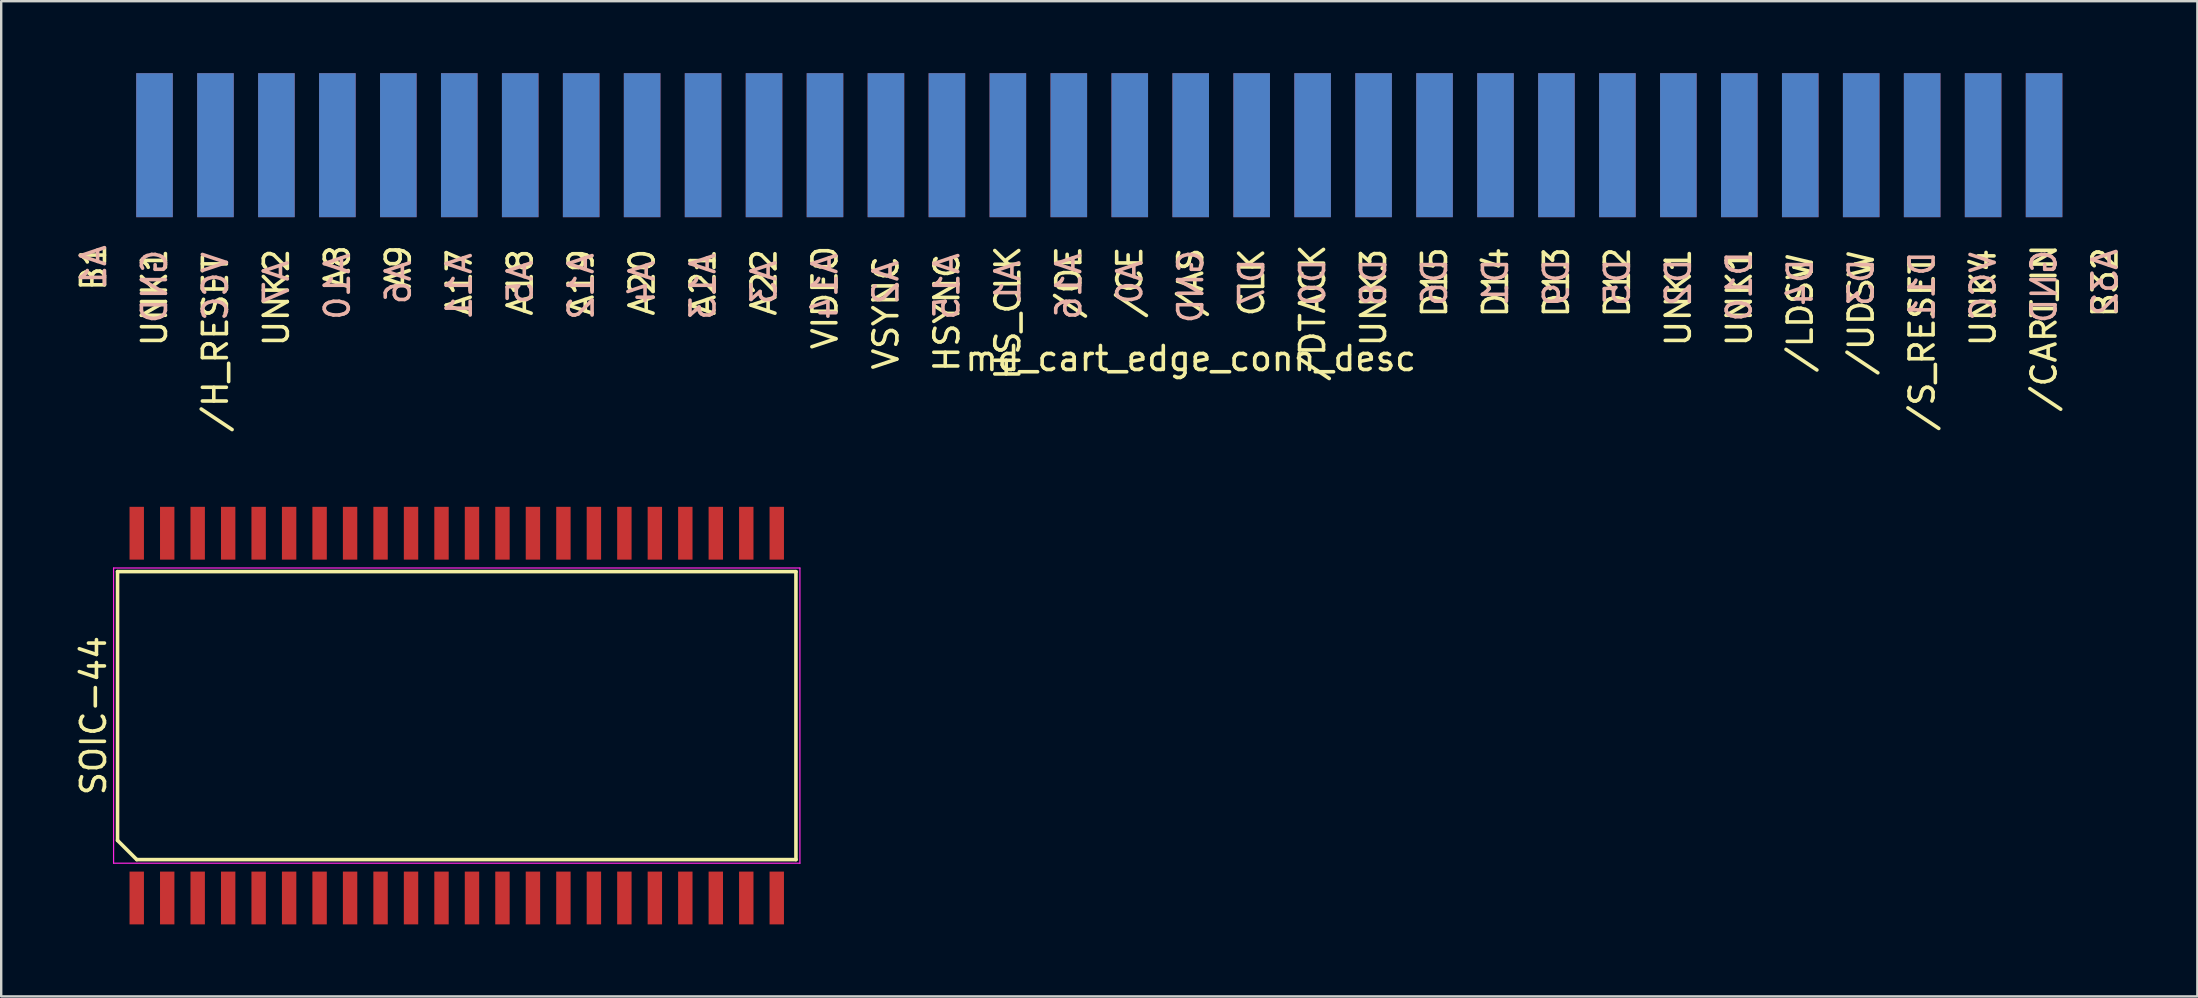
<source format=kicad_pcb>
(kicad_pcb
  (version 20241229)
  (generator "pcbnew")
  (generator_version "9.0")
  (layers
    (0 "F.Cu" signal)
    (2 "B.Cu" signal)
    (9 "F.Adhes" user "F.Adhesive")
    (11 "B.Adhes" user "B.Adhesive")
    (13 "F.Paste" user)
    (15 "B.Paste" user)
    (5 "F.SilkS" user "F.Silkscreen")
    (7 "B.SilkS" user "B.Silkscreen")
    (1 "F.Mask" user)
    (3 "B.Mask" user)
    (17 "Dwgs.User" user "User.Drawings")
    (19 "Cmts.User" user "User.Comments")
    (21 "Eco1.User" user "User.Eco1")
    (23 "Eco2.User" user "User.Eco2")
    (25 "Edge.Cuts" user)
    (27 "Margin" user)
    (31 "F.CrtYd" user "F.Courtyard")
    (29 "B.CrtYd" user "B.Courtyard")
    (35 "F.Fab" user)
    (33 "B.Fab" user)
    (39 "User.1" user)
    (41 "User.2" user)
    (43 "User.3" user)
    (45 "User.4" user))
  (footprint "SOIC-44"
    (layer "F.Cu")
    (at 15.983 26.77)
    (property "Reference" "SOIC-44" (at -15.135 0 90) (layer "F.SilkS") (effects (font (size 1 1) (thickness 0.15))))
    (attr smd)
    (fp_line (start -14.135 -6) (end 14.135 -6) (stroke (width 0.15) (type solid)) (layer "F.SilkS"))
    (fp_line (start -14.135 5.2) (end -14.135 -6) (stroke (width 0.15) (type solid)) (layer "F.SilkS"))
    (fp_line (start -13.335 6) (end -14.135 5.2) (stroke (width 0.15) (type solid)) (layer "F.SilkS"))
    (fp_line (start 14.135 -6) (end 14.135 6) (stroke (width 0.15) (type solid)) (layer "F.SilkS"))
    (fp_line (start 14.135 6) (end -13.335 6) (stroke (width 0.15) (type solid)) (layer "F.SilkS"))
    (fp_line (start -14.3 -6.15) (end 14.3 -6.15) (stroke (width 0.05) (type solid)) (layer "F.CrtYd"))
    (fp_line (start -14.3 6.15) (end -14.3 -6.15) (stroke (width 0.05) (type solid)) (layer "F.CrtYd"))
    (fp_line (start 14.3 -6.15) (end 14.3 6.15) (stroke (width 0.05) (type solid)) (layer "F.CrtYd"))
    (fp_line (start 14.3 6.15) (end -14.3 6.15) (stroke (width 0.05) (type solid)) (layer "F.CrtYd"))
    (pad "1" smd rect (at -13.335 7.6) (size 0.6 2.2) (layers "F.Cu" "F.Mask" "F.Paste"))
    (pad "2" smd rect (at -12.065 7.6) (size 0.6 2.2) (layers "F.Cu" "F.Mask" "F.Paste"))
    (pad "3" smd rect (at -10.795 7.6) (size 0.6 2.2) (layers "F.Cu" "F.Mask" "F.Paste"))
    (pad "4" smd rect (at -9.525 7.6) (size 0.6 2.2) (layers "F.Cu" "F.Mask" "F.Paste"))
    (pad "5" smd rect (at -8.255 7.6) (size 0.6 2.2) (layers "F.Cu" "F.Mask" "F.Paste"))
    (pad "6" smd rect (at -6.985 7.6) (size 0.6 2.2) (layers "F.Cu" "F.Mask" "F.Paste"))
    (pad "7" smd rect (at -5.715 7.6) (size 0.6 2.2) (layers "F.Cu" "F.Mask" "F.Paste"))
    (pad "8" smd rect (at -4.445 7.6) (size 0.6 2.2) (layers "F.Cu" "F.Mask" "F.Paste"))
    (pad "9" smd rect (at -3.175 7.6) (size 0.6 2.2) (layers "F.Cu" "F.Mask" "F.Paste"))
    (pad "10" smd rect (at -1.905 7.6) (size 0.6 2.2) (layers "F.Cu" "F.Mask" "F.Paste"))
    (pad "11" smd rect (at -0.635 7.6) (size 0.6 2.2) (layers "F.Cu" "F.Mask" "F.Paste"))
    (pad "12" smd rect (at 0.635 7.6) (size 0.6 2.2) (layers "F.Cu" "F.Mask" "F.Paste"))
    (pad "13" smd rect (at 1.905 7.6) (size 0.6 2.2) (layers "F.Cu" "F.Mask" "F.Paste"))
    (pad "14" smd rect (at 3.175 7.6) (size 0.6 2.2) (layers "F.Cu" "F.Mask" "F.Paste"))
    (pad "15" smd rect (at 4.445 7.6) (size 0.6 2.2) (layers "F.Cu" "F.Mask" "F.Paste"))
    (pad "16" smd rect (at 5.715 7.6) (size 0.6 2.2) (layers "F.Cu" "F.Mask" "F.Paste"))
    (pad "17" smd rect (at 6.985 7.6) (size 0.6 2.2) (layers "F.Cu" "F.Mask" "F.Paste"))
    (pad "18" smd rect (at 8.255 7.6) (size 0.6 2.2) (layers "F.Cu" "F.Mask" "F.Paste"))
    (pad "19" smd rect (at 9.525 7.6) (size 0.6 2.2) (layers "F.Cu" "F.Mask" "F.Paste"))
    (pad "20" smd rect (at 10.795 7.6) (size 0.6 2.2) (layers "F.Cu" "F.Mask" "F.Paste"))
    (pad "21" smd rect (at 12.065 7.6) (size 0.6 2.2) (layers "F.Cu" "F.Mask" "F.Paste"))
    (pad "22" smd rect (at 13.335 7.6) (size 0.6 2.2) (layers "F.Cu" "F.Mask" "F.Paste"))
    (pad "23" smd rect (at 13.335 -7.6) (size 0.6 2.2) (layers "F.Cu" "F.Mask" "F.Paste"))
    (pad "24" smd rect (at 12.065 -7.6) (size 0.6 2.2) (layers "F.Cu" "F.Mask" "F.Paste"))
    (pad "25" smd rect (at 10.795 -7.6) (size 0.6 2.2) (layers "F.Cu" "F.Mask" "F.Paste"))
    (pad "26" smd rect (at 9.525 -7.6) (size 0.6 2.2) (layers "F.Cu" "F.Mask" "F.Paste"))
    (pad "27" smd rect (at 8.255 -7.6) (size 0.6 2.2) (layers "F.Cu" "F.Mask" "F.Paste"))
    (pad "28" smd rect (at 6.985 -7.6) (size 0.6 2.2) (layers "F.Cu" "F.Mask" "F.Paste"))
    (pad "29" smd rect (at 5.715 -7.6) (size 0.6 2.2) (layers "F.Cu" "F.Mask" "F.Paste"))
    (pad "30" smd rect (at 4.445 -7.6) (size 0.6 2.2) (layers "F.Cu" "F.Mask" "F.Paste"))
    (pad "31" smd rect (at 3.175 -7.6) (size 0.6 2.2) (layers "F.Cu" "F.Mask" "F.Paste"))
    (pad "32" smd rect (at 1.905 -7.6) (size 0.6 2.2) (layers "F.Cu" "F.Mask" "F.Paste"))
    (pad "33" smd rect (at 0.635 -7.6) (size 0.6 2.2) (layers "F.Cu" "F.Mask" "F.Paste"))
    (pad "34" smd rect (at -0.635 -7.6) (size 0.6 2.2) (layers "F.Cu" "F.Mask" "F.Paste"))
    (pad "35" smd rect (at -1.905 -7.6) (size 0.6 2.2) (layers "F.Cu" "F.Mask" "F.Paste"))
    (pad "36" smd rect (at -3.175 -7.6) (size 0.6 2.2) (layers "F.Cu" "F.Mask" "F.Paste"))
    (pad "37" smd rect (at -4.445 -7.6) (size 0.6 2.2) (layers "F.Cu" "F.Mask" "F.Paste"))
    (pad "38" smd rect (at -5.715 -7.6) (size 0.6 2.2) (layers "F.Cu" "F.Mask" "F.Paste"))
    (pad "39" smd rect (at -6.985 -7.6) (size 0.6 2.2) (layers "F.Cu" "F.Mask" "F.Paste"))
    (pad "40" smd rect (at -8.255 -7.6) (size 0.6 2.2) (layers "F.Cu" "F.Mask" "F.Paste"))
    (pad "41" smd rect (at -9.525 -7.6) (size 0.6 2.2) (layers "F.Cu" "F.Mask" "F.Paste"))
    (pad "42" smd rect (at -10.795 -7.6) (size 0.6 2.2) (layers "F.Cu" "F.Mask" "F.Paste"))
    (pad "43" smd rect (at -12.065 -7.6) (size 0.6 2.2) (layers "F.Cu" "F.Mask" "F.Paste"))
    (pad "44" smd rect (at -13.335 -7.6) (size 0.6 2.2) (layers "F.Cu" "F.Mask" "F.Paste")))
  (footprint "md_cart_edge_conn_desc"
    (layer "F.Cu")
    (at 3.388 3)
    (property "Reference" "md_cart_edge_conn_desc" (at 43.18 8.89 0) (layer "F.SilkS") (effects (font (size 1 1) (thickness 0.15))))
    (attr through_hole)
    (fp_text user "A18" (at 15.24 5.715 90) (layer "F.SilkS") (effects (font (size 1 1) (thickness 0.15))))
    (fp_text user "VSYNC" (at 30.48 6.985 90) (layer "F.SilkS") (effects (font (size 1 1) (thickness 0.15))))
    (fp_text user "/H_RESET" (at 2.54 8.255 90) (layer "F.SilkS") (effects (font (size 1 1) (thickness 0.15))))
    (fp_text user "UNK4" (at 76.2 6.35 90) (layer "F.SilkS") (effects (font (size 1 1) (thickness 0.15))))
    (fp_text user "/OE" (at 38.1 5.715 90) (layer "F.SilkS") (effects (font (size 1 1) (thickness 0.15))))
    (fp_text user "D15" (at 53.34 5.715 90) (layer "F.SilkS") (effects (font (size 1 1) (thickness 0.15))))
    (fp_text user "A21" (at 22.86 5.715 90) (layer "F.SilkS") (effects (font (size 1 1) (thickness 0.15))))
    (fp_text user "/S_RESET" (at 73.66 8.255 90) (layer "F.SilkS") (effects (font (size 1 1) (thickness 0.15))))
    (fp_text user "HS_CLK" (at 35.56 6.985 90) (layer "F.SilkS") (effects (font (size 1 1) (thickness 0.15))))
    (fp_text user "UNK1" (at 66.04 6.35 90) (layer "F.SilkS") (effects (font (size 1 1) (thickness 0.15))))
    (fp_text user "/LDSW" (at 68.58 6.985 90) (layer "F.SilkS") (effects (font (size 1 1) (thickness 0.15))))
    (fp_text user "/AS" (at 43.18 5.715 90) (layer "F.SilkS") (effects (font (size 1 1) (thickness 0.15))))
    (fp_text user "A8" (at 7.62 5.08 90) (layer "F.SilkS") (effects (font (size 1 1) (thickness 0.15))))
    (fp_text user "HSYNC" (at 33.02 6.985 90) (layer "F.SilkS") (effects (font (size 1 1) (thickness 0.15))))
    (fp_text user "/CART_IN" (at 78.74 7.62 90) (layer "F.SilkS") (effects (font (size 1 1) (thickness 0.15))))
    (fp_text user "CLK" (at 45.72 5.715 90) (layer "F.SilkS") (effects (font (size 1 1) (thickness 0.15))))
    (fp_text user "A20" (at 20.32 5.715 90) (layer "F.SilkS") (effects (font (size 1 1) (thickness 0.15))))
    (fp_text user "VIDEO" (at 27.94 6.35 90) (layer "F.SilkS") (effects (font (size 1 1) (thickness 0.15))))
    (fp_text user "/UDSW" (at 71.12 6.985 90) (layer "F.SilkS") (effects (font (size 1 1) (thickness 0.15))))
    (fp_text user "/DTACK" (at 48.26 6.985 90) (layer "F.SilkS") (effects (font (size 1 1) (thickness 0.15))))
    (fp_text user "A9" (at 10.16 5.08 90) (layer "F.SilkS") (effects (font (size 1 1) (thickness 0.15))))
    (fp_text user "UNK2" (at 5.08 6.35 90) (layer "F.SilkS") (effects (font (size 1 1) (thickness 0.15))))
    (fp_text user "A17" (at 12.7 5.715 90) (layer "F.SilkS") (effects (font (size 1 1) (thickness 0.15))))
    (fp_text user "UNK1" (at 0 6.35 90) (layer "F.SilkS") (effects (font (size 1 1) (thickness 0.15))))
    (fp_text user "B32" (at 81.28 5.715 90) (layer "F.SilkS") (effects (font (size 1 1) (thickness 0.15))))
    (fp_text user "UNK1" (at 63.5 6.35 90) (layer "F.SilkS") (effects (font (size 1 1) (thickness 0.15))))
    (fp_text user "D14" (at 55.88 5.715 90) (layer "F.SilkS") (effects (font (size 1 1) (thickness 0.15))))
    (fp_text user "D12" (at 60.96 5.715 90) (layer "F.SilkS") (effects (font (size 1 1) (thickness 0.15))))
    (fp_text user "B1" (at -2.54 5.08 90) (layer "F.SilkS") (effects (font (size 1 1) (thickness 0.15))))
    (fp_text user "A19" (at 17.78 5.715 90) (layer "F.SilkS") (effects (font (size 1 1) (thickness 0.15))))
    (fp_text user "D13" (at 58.42 5.715 90) (layer "F.SilkS") (effects (font (size 1 1) (thickness 0.15))))
    (fp_text user "UNK3" (at 50.8 6.35 90) (layer "F.SilkS") (effects (font (size 1 1) (thickness 0.15))))
    (fp_text user "A22" (at 25.4 5.715 90) (layer "F.SilkS") (effects (font (size 1 1) (thickness 0.15))))
    (fp_text user "/CE" (at 40.64 5.715 90) (layer "F.SilkS") (effects (font (size 1 1) (thickness 0.15))))
    (fp_text user "A32" (at 81.28 5.715 90) (layer "B.SilkS") (effects (font (size 1 1) (thickness 0.15)) (justify mirror)))
    (fp_text user "A5" (at 15.24 5.715 90) (layer "B.SilkS") (effects (font (size 1 1) (thickness 0.15)) (justify mirror)))
    (fp_text user "GND" (at 43.18 5.886 90) (layer "B.SilkS") (effects (font (size 1 1) (thickness 0.15)) (justify mirror)))
    (fp_text user "GND" (at 78.74 5.886 90) (layer "B.SilkS") (effects (font (size 1 1) (thickness 0.15)) (justify mirror)))
    (fp_text user "A3" (at 25.4 5.715 90) (layer "B.SilkS") (effects (font (size 1 1) (thickness 0.15)) (justify mirror)))
    (fp_text user "D10" (at 66.04 5.886 90) (layer "B.SilkS") (effects (font (size 1 1) (thickness 0.15)) (justify mirror)))
    (fp_text user "GND" (at 0 5.886 90) (layer "B.SilkS") (effects (font (size 1 1) (thickness 0.15)) (justify mirror)))
    (fp_text user "A2" (at 30.48 5.715 90) (layer "B.SilkS") (effects (font (size 1 1) (thickness 0.15)) (justify mirror)))
    (fp_text user "A4" (at 20.32 5.715 90) (layer "B.SilkS") (effects (font (size 1 1) (thickness 0.15)) (justify mirror)))
    (fp_text user "A10" (at 7.62 5.886 90) (layer "B.SilkS") (effects (font (size 1 1) (thickness 0.15)) (justify mirror)))
    (fp_text user "D2" (at 63.5 5.715 90) (layer "B.SilkS") (effects (font (size 1 1) (thickness 0.15)) (justify mirror)))
    (fp_text user "D4" (at 68.58 5.715 90) (layer "B.SilkS") (effects (font (size 1 1) (thickness 0.15)) (justify mirror)))
    (fp_text user "A1" (at -2.54 5.08 90) (layer "B.SilkS") (effects (font (size 1 1) (thickness 0.15)) (justify mirror)))
    (fp_text user "D11" (at 73.66 5.886 90) (layer "B.SilkS") (effects (font (size 1 1) (thickness 0.15)) (justify mirror)))
    (fp_text user "D1" (at 55.88 5.715 90) (layer "B.SilkS") (effects (font (size 1 1) (thickness 0.15)) (justify mirror)))
    (fp_text user "D6" (at 53.34 5.715 90) (layer "B.SilkS") (effects (font (size 1 1) (thickness 0.15)) (justify mirror)))
    (fp_text user "A16" (at 38.1 5.886 90) (layer "B.SilkS") (effects (font (size 1 1) (thickness 0.15)) (justify mirror)))
    (fp_text user "A11" (at 12.7 5.886 90) (layer "B.SilkS") (effects (font (size 1 1) (thickness 0.15)) (justify mirror)))
    (fp_text user "D9" (at 58.42 5.715 90) (layer "B.SilkS") (effects (font (size 1 1) (thickness 0.15)) (justify mirror)))
    (fp_text user "A13" (at 22.86 5.886 90) (layer "B.SilkS") (effects (font (size 1 1) (thickness 0.15)) (justify mirror)))
    (fp_text user "D0" (at 48.26 5.715 90) (layer "B.SilkS") (effects (font (size 1 1) (thickness 0.15)) (justify mirror)))
    (fp_text user "D3" (at 71.12 5.715 90) (layer "B.SilkS") (effects (font (size 1 1) (thickness 0.15)) (justify mirror)))
    (fp_text user "VCC" (at 2.54 5.886 90) (layer "B.SilkS") (effects (font (size 1 1) (thickness 0.15)) (justify mirror)))
    (fp_text user "A0" (at 40.64 5.715 90) (layer "B.SilkS") (effects (font (size 1 1) (thickness 0.15)) (justify mirror)))
    (fp_text user "D5" (at 60.96 5.715 90) (layer "B.SilkS") (effects (font (size 1 1) (thickness 0.15)) (justify mirror)))
    (fp_text user "A6" (at 10.16 5.715 90) (layer "B.SilkS") (effects (font (size 1 1) (thickness 0.15)) (justify mirror)))
    (fp_text user "A12" (at 17.78 5.886 90) (layer "B.SilkS") (effects (font (size 1 1) (thickness 0.15)) (justify mirror)))
    (fp_text user "A14" (at 27.94 5.886 90) (layer "B.SilkS") (effects (font (size 1 1) (thickness 0.15)) (justify mirror)))
    (fp_text user "D8" (at 50.8 5.715 90) (layer "B.SilkS") (effects (font (size 1 1) (thickness 0.15)) (justify mirror)))
    (fp_text user "VCC" (at 76.2 5.886 90) (layer "B.SilkS") (effects (font (size 1 1) (thickness 0.15)) (justify mirror)))
    (fp_text user "D7" (at 45.72 5.715 90) (layer "B.SilkS") (effects (font (size 1 1) (thickness 0.15)) (justify mirror)))
    (fp_text user "A15" (at 33.02 5.886 90) (layer "B.SilkS") (effects (font (size 1 1) (thickness 0.15)) (justify mirror)))
    (fp_text user "A1" (at 35.56 5.715 90) (layer "B.SilkS") (effects (font (size 1 1) (thickness 0.15)) (justify mirror)))
    (fp_text user "A7" (at 5.08 5.715 90) (layer "B.SilkS") (effects (font (size 1 1) (thickness 0.15)) (justify mirror)))
    (pad "A01" smd rect (at 0 0) (size 1.524 6) (layers "B.Cu" "B.Mask" "B.Paste"))
    (pad "A02" smd rect (at 2.54 0) (size 1.524 6) (layers "B.Cu" "B.Mask" "B.Paste"))
    (pad "A03" smd rect (at 5.08 0) (size 1.524 6) (layers "B.Cu" "B.Mask" "B.Paste"))
    (pad "A04" smd rect (at 7.62 0) (size 1.524 6) (layers "B.Cu" "B.Mask" "B.Paste"))
    (pad "A05" smd rect (at 10.16 0) (size 1.524 6) (layers "B.Cu" "B.Mask" "B.Paste"))
    (pad "A06" smd rect (at 12.7 0) (size 1.524 6) (layers "B.Cu" "B.Mask" "B.Paste"))
    (pad "A07" smd rect (at 15.24 0) (size 1.524 6) (layers "B.Cu" "B.Mask" "B.Paste"))
    (pad "A08" smd rect (at 17.78 0) (size 1.524 6) (layers "B.Cu" "B.Mask" "B.Paste"))
    (pad "A09" smd rect (at 20.32 0) (size 1.524 6) (layers "B.Cu" "B.Mask" "B.Paste"))
    (pad "A10" smd rect (at 22.86 0) (size 1.524 6) (layers "B.Cu" "B.Mask" "B.Paste"))
    (pad "A11" smd rect (at 25.4 0) (size 1.524 6) (layers "B.Cu" "B.Mask" "B.Paste"))
    (pad "A12" smd rect (at 27.94 0) (size 1.524 6) (layers "B.Cu" "B.Mask" "B.Paste"))
    (pad "A13" smd rect (at 30.48 0) (size 1.524 6) (layers "B.Cu" "B.Mask" "B.Paste"))
    (pad "A14" smd rect (at 33.02 0) (size 1.524 6) (layers "B.Cu" "B.Mask" "B.Paste"))
    (pad "A15" smd rect (at 35.56 0) (size 1.524 6) (layers "B.Cu" "B.Mask" "B.Paste"))
    (pad "A16" smd rect (at 38.1 0) (size 1.524 6) (layers "B.Cu" "B.Mask" "B.Paste"))
    (pad "A17" smd rect (at 40.64 0) (size 1.524 6) (layers "B.Cu" "B.Mask" "B.Paste"))
    (pad "A18" smd rect (at 43.18 0) (size 1.524 6) (layers "B.Cu" "B.Mask" "B.Paste"))
    (pad "A19" smd rect (at 45.72 0) (size 1.524 6) (layers "B.Cu" "B.Mask" "B.Paste"))
    (pad "A20" smd rect (at 48.26 0) (size 1.524 6) (layers "B.Cu" "B.Mask" "B.Paste"))
    (pad "A21" smd rect (at 50.8 0) (size 1.524 6) (layers "B.Cu" "B.Mask" "B.Paste"))
    (pad "A22" smd rect (at 53.34 0) (size 1.524 6) (layers "B.Cu" "B.Mask" "B.Paste"))
    (pad "A23" smd rect (at 55.88 0) (size 1.524 6) (layers "B.Cu" "B.Mask" "B.Paste"))
    (pad "A24" smd rect (at 58.42 0) (size 1.524 6) (layers "B.Cu" "B.Mask" "B.Paste"))
    (pad "A25" smd rect (at 60.96 0) (size 1.524 6) (layers "B.Cu" "B.Mask" "B.Paste"))
    (pad "A26" smd rect (at 63.5 0) (size 1.524 6) (layers "B.Cu" "B.Mask" "B.Paste"))
    (pad "A27" smd rect (at 66.04 0) (size 1.524 6) (layers "B.Cu" "B.Mask" "B.Paste"))
    (pad "A28" smd rect (at 68.58 0) (size 1.524 6) (layers "B.Cu" "B.Mask" "B.Paste"))
    (pad "A29" smd rect (at 71.12 0) (size 1.524 6) (layers "B.Cu" "B.Mask" "B.Paste"))
    (pad "A30" smd rect (at 73.66 0) (size 1.524 6) (layers "B.Cu" "B.Mask" "B.Paste"))
    (pad "A31" smd rect (at 76.2 0) (size 1.524 6) (layers "B.Cu" "B.Mask" "B.Paste"))
    (pad "A32" smd rect (at 78.74 0) (size 1.524 6) (layers "B.Cu" "B.Mask" "B.Paste"))
    (pad "B01" smd rect (at 0 0) (size 1.524 6) (layers "F.Cu" "F.Mask" "F.Paste"))
    (pad "B02" smd rect (at 2.54 0) (size 1.524 6) (layers "F.Cu" "F.Mask" "F.Paste"))
    (pad "B03" smd rect (at 5.08 0) (size 1.524 6) (layers "F.Cu" "F.Mask" "F.Paste"))
    (pad "B04" smd rect (at 7.62 0) (size 1.524 6) (layers "F.Cu" "F.Mask" "F.Paste"))
    (pad "B05" smd rect (at 10.16 0) (size 1.524 6) (layers "F.Cu" "F.Mask" "F.Paste"))
    (pad "B06" smd rect (at 12.7 0) (size 1.524 6) (layers "F.Cu" "F.Mask" "F.Paste"))
    (pad "B07" smd rect (at 15.24 0) (size 1.524 6) (layers "F.Cu" "F.Mask" "F.Paste"))
    (pad "B08" smd rect (at 17.78 0) (size 1.524 6) (layers "F.Cu" "F.Mask" "F.Paste"))
    (pad "B09" smd rect (at 20.32 0) (size 1.524 6) (layers "F.Cu" "F.Mask" "F.Paste"))
    (pad "B10" smd rect (at 22.86 0) (size 1.524 6) (layers "F.Cu" "F.Mask" "F.Paste"))
    (pad "B11" smd rect (at 25.4 0) (size 1.524 6) (layers "F.Cu" "F.Mask" "F.Paste"))
    (pad "B12" smd rect (at 27.94 0) (size 1.524 6) (layers "F.Cu" "F.Mask" "F.Paste"))
    (pad "B13" smd rect (at 30.48 0) (size 1.524 6) (layers "F.Cu" "F.Mask" "F.Paste"))
    (pad "B14" smd rect (at 33.02 0) (size 1.524 6) (layers "F.Cu" "F.Mask" "F.Paste"))
    (pad "B15" smd rect (at 35.56 0) (size 1.524 6) (layers "F.Cu" "F.Mask" "F.Paste"))
    (pad "B16" smd rect (at 38.1 0) (size 1.524 6) (layers "F.Cu" "F.Mask" "F.Paste"))
    (pad "B17" smd rect (at 40.64 0) (size 1.524 6) (layers "F.Cu" "F.Mask" "F.Paste"))
    (pad "B18" smd rect (at 43.18 0) (size 1.524 6) (layers "F.Cu" "F.Mask" "F.Paste"))
    (pad "B19" smd rect (at 45.72 0) (size 1.524 6) (layers "F.Cu" "F.Mask" "F.Paste"))
    (pad "B20" smd rect (at 48.26 0) (size 1.524 6) (layers "F.Cu" "F.Mask" "F.Paste"))
    (pad "B21" smd rect (at 50.8 0) (size 1.524 6) (layers "F.Cu" "F.Mask" "F.Paste"))
    (pad "B22" smd rect (at 53.34 0) (size 1.524 6) (layers "F.Cu" "F.Mask" "F.Paste"))
    (pad "B23" smd rect (at 55.88 0) (size 1.524 6) (layers "F.Cu" "F.Mask" "F.Paste"))
    (pad "B24" smd rect (at 58.42 0) (size 1.524 6) (layers "F.Cu" "F.Mask" "F.Paste"))
    (pad "B25" smd rect (at 60.96 0) (size 1.524 6) (layers "F.Cu" "F.Mask" "F.Paste"))
    (pad "B26" smd rect (at 63.5 0) (size 1.524 6) (layers "F.Cu" "F.Mask" "F.Paste"))
    (pad "B27" smd rect (at 66.04 0) (size 1.524 6) (layers "F.Cu" "F.Mask" "F.Paste"))
    (pad "B28" smd rect (at 68.58 0) (size 1.524 6) (layers "F.Cu" "F.Mask" "F.Paste"))
    (pad "B29" smd rect (at 71.12 0) (size 1.524 6) (layers "F.Cu" "F.Mask" "F.Paste"))
    (pad "B30" smd rect (at 73.66 0) (size 1.524 6) (layers "F.Cu" "F.Mask" "F.Paste"))
    (pad "B31" smd rect (at 76.2 0) (size 1.524 6) (layers "F.Cu" "F.Mask" "F.Paste"))
    (pad "B32" smd rect (at 78.74 0) (size 1.524 6) (layers "F.Cu" "F.Mask" "F.Paste")))
  (gr_rect
    (start -3 -3)
    (end 88.516 38.47)
    (stroke (width 0.1) (type default))
    (fill no)
    (layer "Edge.Cuts")))
</source>
